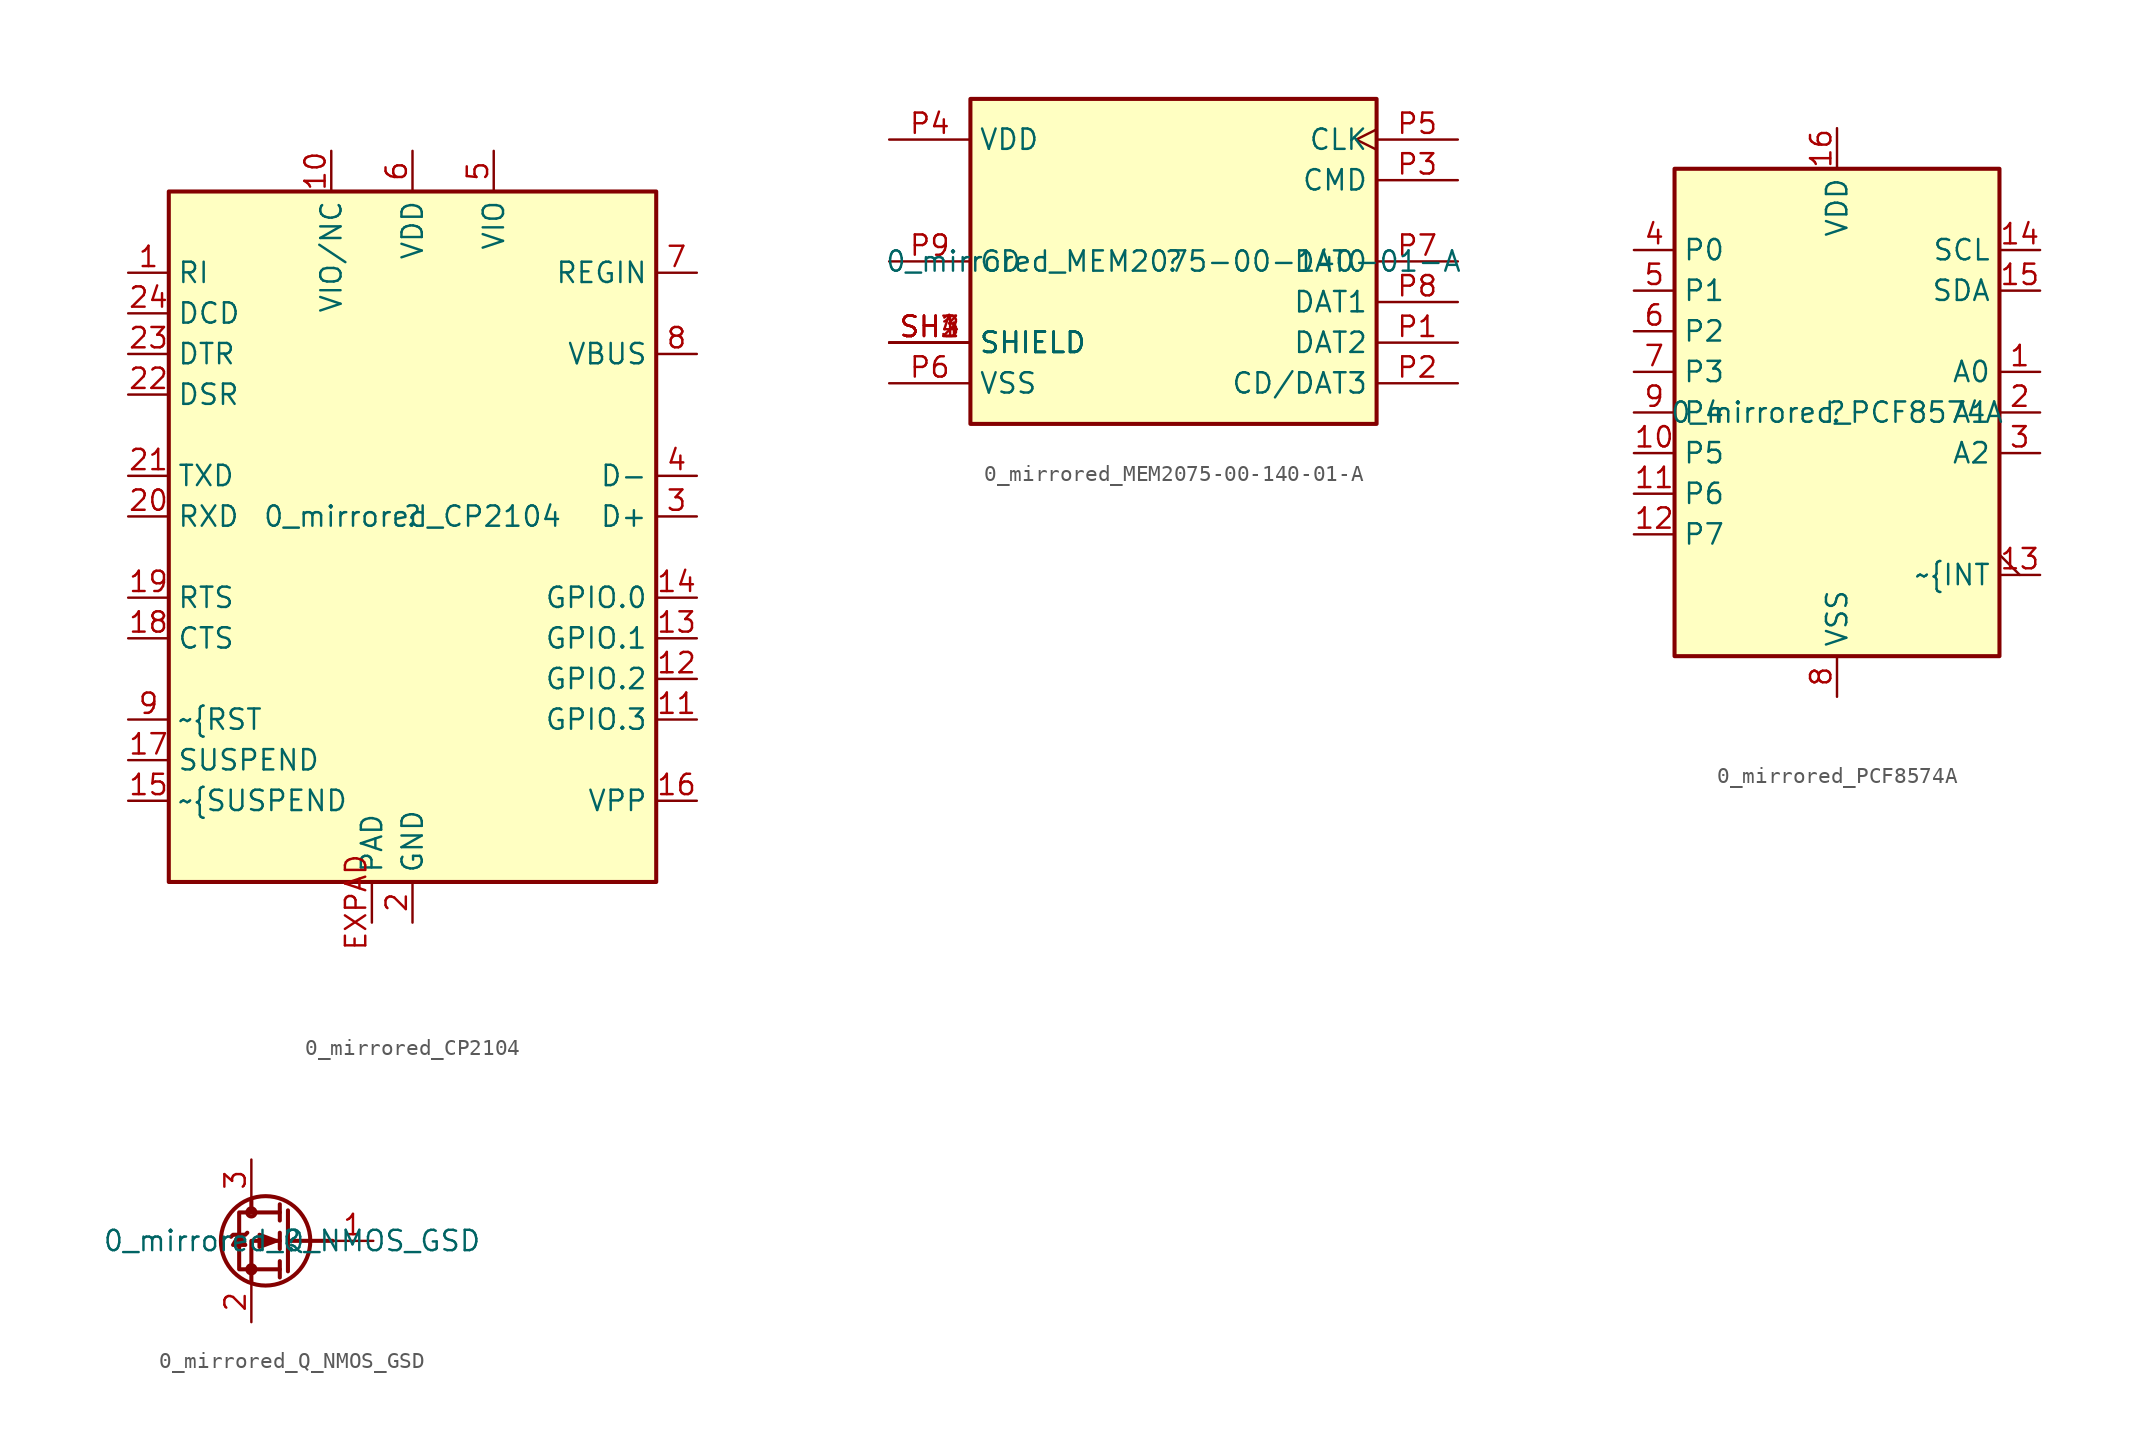
<source format=kicad_sym>
(kicad_symbol_lib
  (version 20211014)
  (generator kicad_symbol_editor)
  (symbol "0_mirrored_CP2104"
    (property "Reference" ""
      (at 0 0 0)
      (effects (font (size 1.27 1.27))))
    (property "Value" "0_mirrored_CP2104"
      (at 0 0 0)
      (effects (font (size 1.27 1.27))))
    (symbol "0_mirrored_CP2104_1_0"
      (rectangle (start 15.24 20.32) (end -15.24 -22.86) (stroke (width 0.254) (type default) (color 0 0 0 0)) (fill (type background)))
      (pin passive line (at -17.78 15.24 0) (length 2.54) (name "RI" (effects (font (size 1.27 1.27)))) (number "1" (effects (font (size 1.27 1.27)))))
      (pin passive line (at -5.08 22.86 270) (length 2.54) (name "VIO/NC" (effects (font (size 1.27 1.27)))) (number "10" (effects (font (size 1.27 1.27)))))
      (pin passive line (at 17.78 -12.7 180) (length 2.54) (name "GPIO.3" (effects (font (size 1.27 1.27)))) (number "11" (effects (font (size 1.27 1.27)))))
      (pin passive line (at 17.78 -10.16 180) (length 2.54) (name "GPIO.2" (effects (font (size 1.27 1.27)))) (number "12" (effects (font (size 1.27 1.27)))))
      (pin passive line (at 17.78 -7.62 180) (length 2.54) (name "GPIO.1" (effects (font (size 1.27 1.27)))) (number "13" (effects (font (size 1.27 1.27)))))
      (pin passive line (at 17.78 -5.08 180) (length 2.54) (name "GPIO.0" (effects (font (size 1.27 1.27)))) (number "14" (effects (font (size 1.27 1.27)))))
      (pin passive line (at -17.78 -17.78 0) (length 2.54) (name "~{SUSPEND" (effects (font (size 1.27 1.27)))) (number "15" (effects (font (size 1.27 1.27)))))
      (pin passive line (at 17.78 -17.78 180) (length 2.54) (name "VPP" (effects (font (size 1.27 1.27)))) (number "16" (effects (font (size 1.27 1.27)))))
      (pin passive line (at -17.78 -15.24 0) (length 2.54) (name "SUSPEND" (effects (font (size 1.27 1.27)))) (number "17" (effects (font (size 1.27 1.27)))))
      (pin passive line (at -17.78 -7.62 0) (length 2.54) (name "CTS" (effects (font (size 1.27 1.27)))) (number "18" (effects (font (size 1.27 1.27)))))
      (pin passive line (at -17.78 -5.08 0) (length 2.54) (name "RTS" (effects (font (size 1.27 1.27)))) (number "19" (effects (font (size 1.27 1.27)))))
      (pin passive line (at 0 -25.4 90) (length 2.54) (name "GND" (effects (font (size 1.27 1.27)))) (number "2" (effects (font (size 1.27 1.27)))))
      (pin passive line (at -17.78 0 0) (length 2.54) (name "RXD" (effects (font (size 1.27 1.27)))) (number "20" (effects (font (size 1.27 1.27)))))
      (pin passive line (at -17.78 2.54 0) (length 2.54) (name "TXD" (effects (font (size 1.27 1.27)))) (number "21" (effects (font (size 1.27 1.27)))))
      (pin passive line (at -17.78 7.62 0) (length 2.54) (name "DSR" (effects (font (size 1.27 1.27)))) (number "22" (effects (font (size 1.27 1.27)))))
      (pin passive line (at -17.78 10.16 0) (length 2.54) (name "DTR" (effects (font (size 1.27 1.27)))) (number "23" (effects (font (size 1.27 1.27)))))
      (pin passive line (at -17.78 12.7 0) (length 2.54) (name "DCD" (effects (font (size 1.27 1.27)))) (number "24" (effects (font (size 1.27 1.27)))))
      (pin passive line (at 17.78 0 180) (length 2.54) (name "D+" (effects (font (size 1.27 1.27)))) (number "3" (effects (font (size 1.27 1.27)))))
      (pin passive line (at 17.78 2.54 180) (length 2.54) (name "D-" (effects (font (size 1.27 1.27)))) (number "4" (effects (font (size 1.27 1.27)))))
      (pin passive line (at 5.08 22.86 270) (length 2.54) (name "VIO" (effects (font (size 1.27 1.27)))) (number "5" (effects (font (size 1.27 1.27)))))
      (pin passive line (at 0 22.86 270) (length 2.54) (name "VDD" (effects (font (size 1.27 1.27)))) (number "6" (effects (font (size 1.27 1.27)))))
      (pin passive line (at 17.78 15.24 180) (length 2.54) (name "REGIN" (effects (font (size 1.27 1.27)))) (number "7" (effects (font (size 1.27 1.27)))))
      (pin passive line (at 17.78 10.16 180) (length 2.54) (name "VBUS" (effects (font (size 1.27 1.27)))) (number "8" (effects (font (size 1.27 1.27)))))
      (pin passive line (at -17.78 -12.7 0) (length 2.54) (name "~{RST" (effects (font (size 1.27 1.27)))) (number "9" (effects (font (size 1.27 1.27)))))
      (pin passive line (at -2.54 -25.4 90) (length 2.54) (name "PAD" (effects (font (size 1.27 1.27)))) (number "EXPAD" (effects (font (size 1.27 1.27)))))))
  (symbol "0_mirrored_MEM2075-00-140-01-A"
    (property "Reference" ""
      (at 0 0 0)
      (effects (font (size 1.27 1.27))))
    (property "Value" "0_mirrored_MEM2075-00-140-01-A"
      (at 0 0 0)
      (effects (font (size 1.27 1.27))))
    (symbol "0_mirrored_MEM2075-00-140-01-A_1_0"
      (rectangle (start 12.7 10.16) (end -12.7 -10.16) (stroke (width 0.254) (type default) (color 0 0 0 0)) (fill (type background)))
      (pin passive line (at 17.78 -5.08 180) (length 5.08) (name "DAT2" (effects (font (size 1.27 1.27)))) (number "P1" (effects (font (size 1.27 1.27)))))
      (pin passive line (at 17.78 -7.62 180) (length 5.08) (name "CD/DAT3" (effects (font (size 1.27 1.27)))) (number "P2" (effects (font (size 1.27 1.27)))))
      (pin passive line (at 17.78 5.08 180) (length 5.08) (name "CMD" (effects (font (size 1.27 1.27)))) (number "P3" (effects (font (size 1.27 1.27)))))
      (pin passive line (at -17.78 7.62 0) (length 5.08) (name "VDD" (effects (font (size 1.27 1.27)))) (number "P4" (effects (font (size 1.27 1.27)))))
      (pin passive clock (at 17.78 7.62 180) (length 5.08) (name "CLK" (effects (font (size 1.27 1.27)))) (number "P5" (effects (font (size 1.27 1.27)))))
      (pin passive line (at -17.78 -7.62 0) (length 5.08) (name "VSS" (effects (font (size 1.27 1.27)))) (number "P6" (effects (font (size 1.27 1.27)))))
      (pin passive line (at 17.78 0 180) (length 5.08) (name "DAT0" (effects (font (size 1.27 1.27)))) (number "P7" (effects (font (size 1.27 1.27)))))
      (pin passive line (at 17.78 -2.54 180) (length 5.08) (name "DAT1" (effects (font (size 1.27 1.27)))) (number "P8" (effects (font (size 1.27 1.27)))))
      (pin passive line (at -17.78 0 0) (length 5.08) (name "CD" (effects (font (size 1.27 1.27)))) (number "P9" (effects (font (size 1.27 1.27)))))
      (pin passive line (at -17.78 -5.08 0) (length 5.08) (name "SHIELD" (effects (font (size 1.27 1.27)))) (number "SH1" (effects (font (size 1.27 1.27)))))
      (pin passive line (at -17.78 -5.08 0) (length 5.08) (name "SHIELD" (effects (font (size 1.27 1.27)))) (number "SH2" (effects (font (size 1.27 1.27)))))
      (pin passive line (at -17.78 -5.08 0) (length 5.08) (name "SHIELD" (effects (font (size 1.27 1.27)))) (number "SH3" (effects (font (size 1.27 1.27)))))
      (pin passive line (at -17.78 -5.08 0) (length 5.08) (name "SHIELD" (effects (font (size 1.27 1.27)))) (number "SH4" (effects (font (size 1.27 1.27)))))))
  (symbol "0_mirrored_PCF8574A"
    (property "Reference" ""
      (at 0 0 0)
      (effects (font (size 1.27 1.27))))
    (property "Value" "0_mirrored_PCF8574A"
      (at 0 0 0)
      (effects (font (size 1.27 1.27))))
    (symbol "0_mirrored_PCF8574A_1_0"
      (rectangle (start 10.16 15.24) (end -10.16 -15.24) (stroke (width 0.254) (type default) (color 0 0 0 0)) (fill (type background)))
      (pin passive line (at 12.7 2.54 180) (length 2.54) (name "A0" (effects (font (size 1.27 1.27)))) (number "1" (effects (font (size 1.27 1.27)))))
      (pin passive line (at -12.7 -2.54 0) (length 2.54) (name "P5" (effects (font (size 1.27 1.27)))) (number "10" (effects (font (size 1.27 1.27)))))
      (pin passive line (at -12.7 -5.08 0) (length 2.54) (name "P6" (effects (font (size 1.27 1.27)))) (number "11" (effects (font (size 1.27 1.27)))))
      (pin passive line (at -12.7 -7.62 0) (length 2.54) (name "P7" (effects (font (size 1.27 1.27)))) (number "12" (effects (font (size 1.27 1.27)))))
      (pin passive output_low (at 12.7 -10.16 180) (length 2.54) (name "~{INT" (effects (font (size 1.27 1.27)))) (number "13" (effects (font (size 1.27 1.27)))))
      (pin passive line (at 12.7 10.16 180) (length 2.54) (name "SCL" (effects (font (size 1.27 1.27)))) (number "14" (effects (font (size 1.27 1.27)))))
      (pin passive line (at 12.7 7.62 180) (length 2.54) (name "SDA" (effects (font (size 1.27 1.27)))) (number "15" (effects (font (size 1.27 1.27)))))
      (pin passive line (at 0 17.78 270) (length 2.54) (name "VDD" (effects (font (size 1.27 1.27)))) (number "16" (effects (font (size 1.27 1.27)))))
      (pin passive line (at 12.7 0 180) (length 2.54) (name "A1" (effects (font (size 1.27 1.27)))) (number "2" (effects (font (size 1.27 1.27)))))
      (pin passive line (at 12.7 -2.54 180) (length 2.54) (name "A2" (effects (font (size 1.27 1.27)))) (number "3" (effects (font (size 1.27 1.27)))))
      (pin passive line (at -12.7 10.16 0) (length 2.54) (name "P0" (effects (font (size 1.27 1.27)))) (number "4" (effects (font (size 1.27 1.27)))))
      (pin passive line (at -12.7 7.62 0) (length 2.54) (name "P1" (effects (font (size 1.27 1.27)))) (number "5" (effects (font (size 1.27 1.27)))))
      (pin passive line (at -12.7 5.08 0) (length 2.54) (name "P2" (effects (font (size 1.27 1.27)))) (number "6" (effects (font (size 1.27 1.27)))))
      (pin passive line (at -12.7 2.54 0) (length 2.54) (name "P3" (effects (font (size 1.27 1.27)))) (number "7" (effects (font (size 1.27 1.27)))))
      (pin passive line (at 0 -17.78 90) (length 2.54) (name "VSS" (effects (font (size 1.27 1.27)))) (number "8" (effects (font (size 1.27 1.27)))))
      (pin passive line (at -12.7 0 0) (length 2.54) (name "P4" (effects (font (size 1.27 1.27)))) (number "9" (effects (font (size 1.27 1.27)))))))
  (symbol "0_mirrored_Q_NMOS_GSD"
    (property "Reference" ""
      (at 0 0 0)
      (effects (font (size 1.27 1.27))))
    (property "Value" "0_mirrored_Q_NMOS_GSD"
      (at 0 0 0)
      (effects (font (size 1.27 1.27))))
    (symbol "0_mirrored_Q_NMOS_GSD_1_0"
      (circle (center -2.54 -1.778) (radius 0.254) (stroke (width 0.254) (type default) (color 0 0 0 0)) (fill (type none)))
      (circle (center -2.54 1.778) (radius 0.254) (stroke (width 0.254) (type default) (color 0 0 0 0)) (fill (type none)))
      (circle (center -1.651 0) (radius 2.794) (stroke (width 0.254) (type default) (color 0 0 0 0)) (fill (type none)))
      (polyline (pts (xy -2.54 2.54) (xy -2.54 1.778)) (stroke (width 0.254) (type default) (color 0 0 0 0)) (fill (type none)))
      (polyline (pts (xy -0.762 -1.27) (xy -0.762 -2.286)) (stroke (width 0.254) (type default) (color 0 0 0 0)) (fill (type none)))
      (polyline (pts (xy -0.762 0.508) (xy -0.762 -0.508)) (stroke (width 0.254) (type default) (color 0 0 0 0)) (fill (type none)))
      (polyline (pts (xy -0.762 2.286) (xy -0.762 1.27)) (stroke (width 0.254) (type default) (color 0 0 0 0)) (fill (type none)))
      (polyline (pts (xy -0.254 0) (xy 2.54 0)) (stroke (width 0.254) (type default) (color 0 0 0 0)) (fill (type none)))
      (polyline (pts (xy -0.254 1.905) (xy -0.254 -1.905)) (stroke (width 0.254) (type default) (color 0 0 0 0)) (fill (type none)))
      (polyline (pts (xy -2.54 -2.54) (xy -2.54 0) (xy -0.762 0)) (stroke (width 0.254) (type default) (color 0 0 0 0)) (fill (type none)))
      (polyline (pts (xy -3.302 0.381) (xy -2.921 -0.254) (xy -3.683 -0.254) (xy -3.302 0.381)) (stroke (width 0.254) (type default) (color 0 0 0 0)) (fill (type none)))
      (polyline (pts (xy -2.794 0.508) (xy -2.921 0.381) (xy -3.683 0.381) (xy -3.81 0.254)) (stroke (width 0.254) (type default) (color 0 0 0 0)) (fill (type none)))
      (polyline (pts (xy -0.762 -1.778) (xy -3.302 -1.778) (xy -3.302 1.778) (xy -0.762 1.778)) (stroke (width 0.254) (type default) (color 0 0 0 0)) (fill (type none)))
      (polyline (pts (xy -1.016 0) (xy -2.032 0.381) (xy -2.032 -0.381) (xy -1.016 0) (xy -1.016 0)) (stroke (width 0.254) (type default) (color 0 0 0 0)) (fill (type outline)))
      (pin passive line (at 5.08 0 180) (length 2.54) (name "G" (effects (font (size 0 0)))) (number "1" (effects (font (size 1.27 1.27)))))
      (pin passive line (at -2.54 -5.08 90) (length 2.54) (name "S" (effects (font (size 0 0)))) (number "2" (effects (font (size 1.27 1.27)))))
      (pin passive line (at -2.54 5.08 270) (length 2.54) (name "D" (effects (font (size 0 0)))) (number "3" (effects (font (size 1.27 1.27))))))))
</source>
